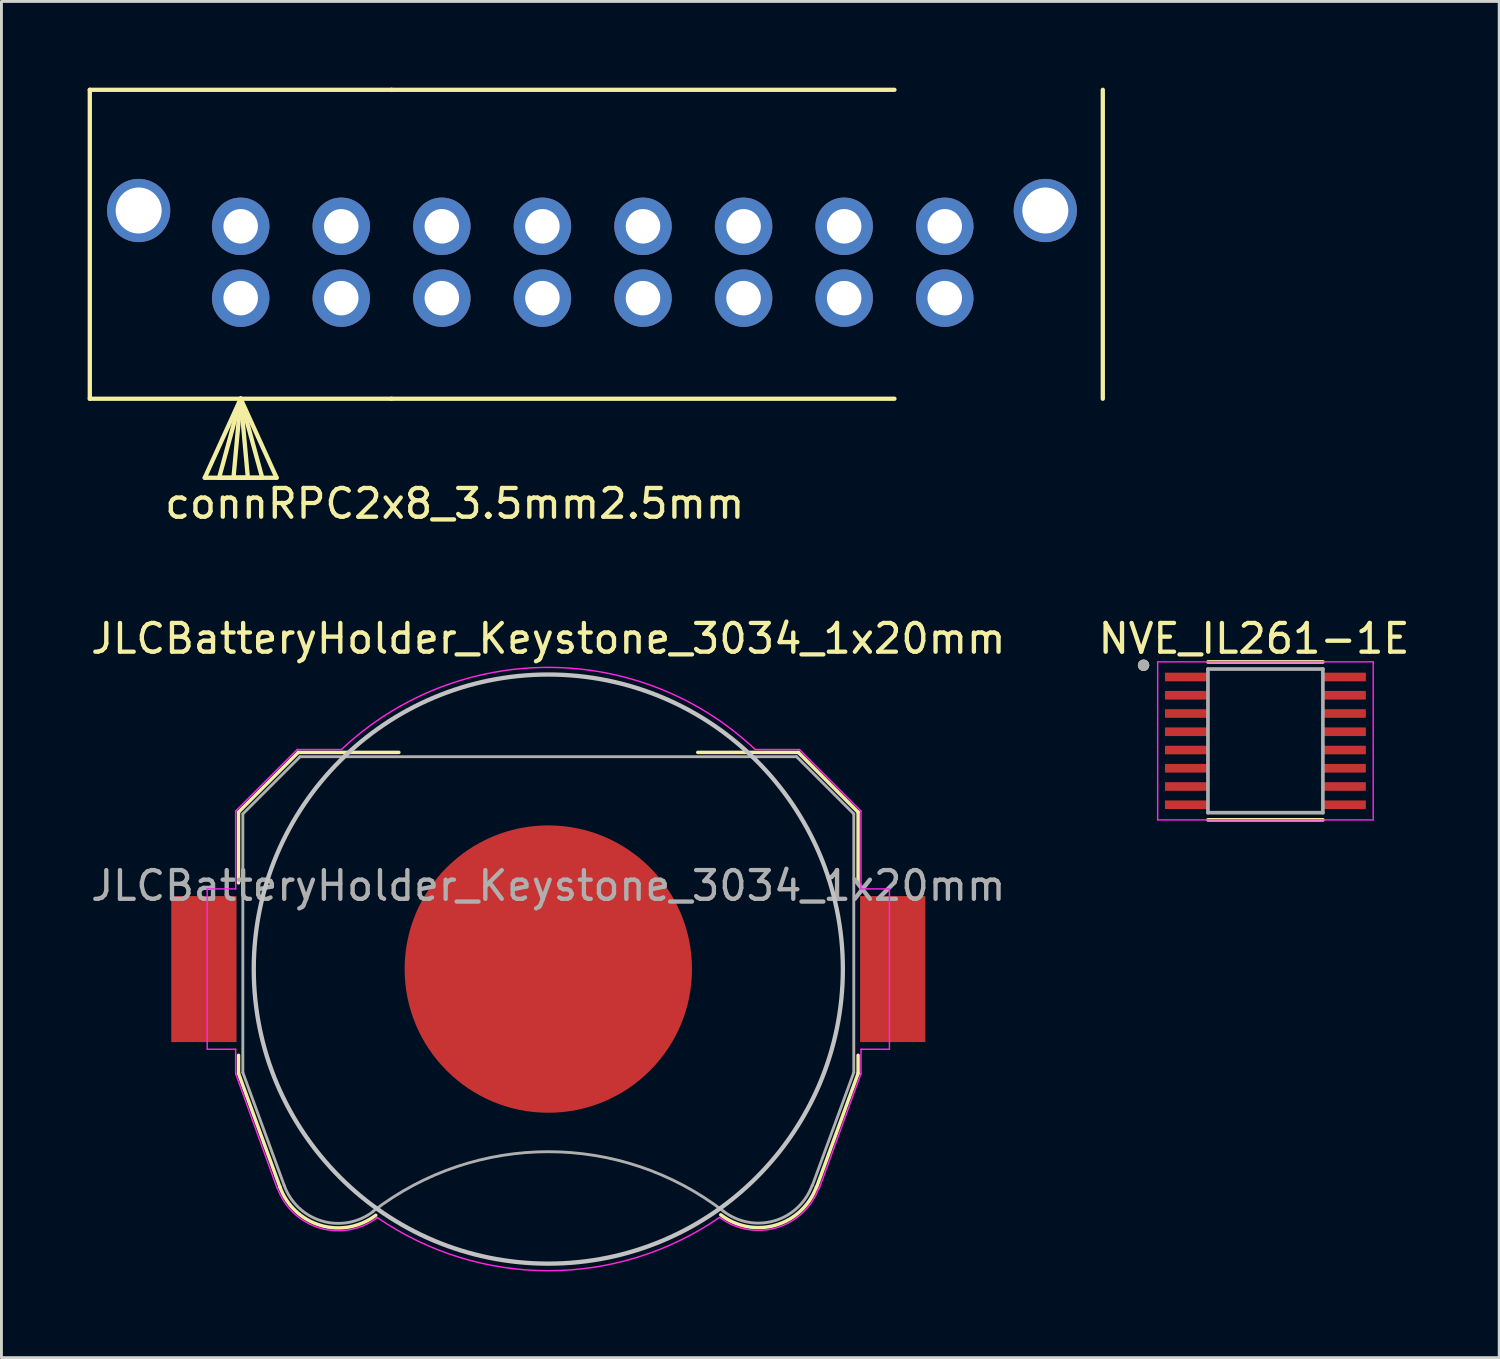
<source format=kicad_pcb>
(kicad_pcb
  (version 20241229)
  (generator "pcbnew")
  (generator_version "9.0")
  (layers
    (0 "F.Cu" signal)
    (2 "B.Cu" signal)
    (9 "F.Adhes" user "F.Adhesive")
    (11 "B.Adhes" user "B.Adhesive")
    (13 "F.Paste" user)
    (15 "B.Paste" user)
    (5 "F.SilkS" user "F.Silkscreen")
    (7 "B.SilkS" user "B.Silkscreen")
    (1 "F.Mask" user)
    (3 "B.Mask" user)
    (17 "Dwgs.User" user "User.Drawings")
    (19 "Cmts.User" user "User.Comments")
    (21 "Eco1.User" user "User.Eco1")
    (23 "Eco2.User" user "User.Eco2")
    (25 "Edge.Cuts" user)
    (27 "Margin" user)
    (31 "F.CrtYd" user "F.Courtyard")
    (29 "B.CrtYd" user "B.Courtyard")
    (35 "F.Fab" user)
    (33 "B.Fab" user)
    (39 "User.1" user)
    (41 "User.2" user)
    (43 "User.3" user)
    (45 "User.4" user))
  (footprint "NVE_IL261-1E"
    (layer "F.Cu")
    (at 40.984 22.731)
    (property "Reference" "NVE_IL261-1E" (at -0.395 -3.559 0) (layer "F.SilkS") (effects (font (size 1 1) (thickness 0.15))))
    (attr through_hole)
    (fp_line (start -2 -2.748) (end 2 -2.748) (stroke (width 0.127) (type solid)) (layer "F.SilkS"))
    (fp_line (start -2 2.748) (end 2 2.748) (stroke (width 0.127) (type solid)) (layer "F.SilkS"))
    (fp_circle (center -4.24 -2.632) (end -4.14 -2.632) (stroke (width 0.2) (type solid)) (fill no) (layer "F.SilkS"))
    (fp_line (start -3.75 -2.75) (end -3.75 2.75) (stroke (width 0.05) (type solid)) (layer "F.CrtYd"))
    (fp_line (start -3.75 -2.75) (end 3.75 -2.75) (stroke (width 0.05) (type solid)) (layer "F.CrtYd"))
    (fp_line (start -3.75 2.75) (end 3.75 2.75) (stroke (width 0.05) (type solid)) (layer "F.CrtYd"))
    (fp_line (start 3.75 -2.75) (end 3.75 2.75) (stroke (width 0.05) (type solid)) (layer "F.CrtYd"))
    (fp_line (start -2 -2.5) (end -2 2.5) (stroke (width 0.127) (type solid)) (layer "F.Fab"))
    (fp_line (start -2 -2.5) (end 2 -2.5) (stroke (width 0.127) (type solid)) (layer "F.Fab"))
    (fp_line (start -2 2.5) (end 2 2.5) (stroke (width 0.127) (type solid)) (layer "F.Fab"))
    (fp_line (start 2 -2.5) (end 2 2.5) (stroke (width 0.127) (type solid)) (layer "F.Fab"))
    (fp_circle (center -4.24 -2.632) (end -4.14 -2.632) (stroke (width 0.2) (type solid)) (fill no) (layer "F.Fab"))
    (pad "1" smd roundrect (at -2.76 -2.223) (size 1.47 0.3) (layers "F.Cu" "F.Mask" "F.Paste") (roundrect_rratio 0.04))
    (pad "2" smd roundrect (at -2.76 -1.587) (size 1.47 0.3) (layers "F.Cu" "F.Mask" "F.Paste") (roundrect_rratio 0.04))
    (pad "3" smd roundrect (at -2.76 -0.953) (size 1.47 0.3) (layers "F.Cu" "F.Mask" "F.Paste") (roundrect_rratio 0.04))
    (pad "4" smd roundrect (at -2.76 -0.318) (size 1.47 0.3) (layers "F.Cu" "F.Mask" "F.Paste") (roundrect_rratio 0.04))
    (pad "5" smd roundrect (at -2.76 0.318) (size 1.47 0.3) (layers "F.Cu" "F.Mask" "F.Paste") (roundrect_rratio 0.04))
    (pad "6" smd roundrect (at -2.76 0.953) (size 1.47 0.3) (layers "F.Cu" "F.Mask" "F.Paste") (roundrect_rratio 0.04))
    (pad "7" smd roundrect (at -2.76 1.587) (size 1.47 0.3) (layers "F.Cu" "F.Mask" "F.Paste") (roundrect_rratio 0.04))
    (pad "8" smd roundrect (at -2.76 2.223) (size 1.47 0.3) (layers "F.Cu" "F.Mask" "F.Paste") (roundrect_rratio 0.04))
    (pad "9" smd roundrect (at 2.76 2.223) (size 1.47 0.3) (layers "F.Cu" "F.Mask" "F.Paste") (roundrect_rratio 0.04))
    (pad "10" smd roundrect (at 2.76 1.587) (size 1.47 0.3) (layers "F.Cu" "F.Mask" "F.Paste") (roundrect_rratio 0.04))
    (pad "11" smd roundrect (at 2.76 0.953) (size 1.47 0.3) (layers "F.Cu" "F.Mask" "F.Paste") (roundrect_rratio 0.04))
    (pad "12" smd roundrect (at 2.76 0.318) (size 1.47 0.3) (layers "F.Cu" "F.Mask" "F.Paste") (roundrect_rratio 0.04))
    (pad "13" smd roundrect (at 2.76 -0.318) (size 1.47 0.3) (layers "F.Cu" "F.Mask" "F.Paste") (roundrect_rratio 0.04))
    (pad "14" smd roundrect (at 2.76 -0.953) (size 1.47 0.3) (layers "F.Cu" "F.Mask" "F.Paste") (roundrect_rratio 0.04))
    (pad "15" smd roundrect (at 2.76 -1.587) (size 1.47 0.3) (layers "F.Cu" "F.Mask" "F.Paste") (roundrect_rratio 0.04))
    (pad "16" smd roundrect (at 2.76 -2.223) (size 1.47 0.3) (layers "F.Cu" "F.Mask" "F.Paste") (roundrect_rratio 0.04)))
  (footprint "connRPC2x8_3.5mm2.5mm"
    (layer "F.Cu")
    (at 17.575 6.075)
    (property "Reference" "connRPC2x8_3.5mm2.5mm" (at -4.8 8.4 0) (layer "F.SilkS") (effects (font (size 1 1) (thickness 0.15))))
    (attr through_hole)
    (fp_line (start -17.5 -6) (end -7 -6) (stroke (width 0.15) (type solid)) (layer "F.SilkS"))
    (fp_line (start -17.5 4.75) (end -17.5 -6) (stroke (width 0.15) (type solid)) (layer "F.SilkS"))
    (fp_line (start -17.5 4.75) (end -7 4.75) (stroke (width 0.15) (type solid)) (layer "F.SilkS"))
    (fp_line (start -13.5 7.5) (end -11 7.5) (stroke (width 0.15) (type solid)) (layer "F.SilkS"))
    (fp_line (start -13 7.5) (end -12.25 4.75) (stroke (width 0.15) (type solid)) (layer "F.SilkS"))
    (fp_line (start -12.5 7.5) (end -12.25 4.75) (stroke (width 0.15) (type solid)) (layer "F.SilkS"))
    (fp_line (start -12.25 4.75) (end -13.5 7.5) (stroke (width 0.15) (type solid)) (layer "F.SilkS"))
    (fp_line (start -12.25 4.75) (end -12 7.5) (stroke (width 0.15) (type solid)) (layer "F.SilkS"))
    (fp_line (start -12.25 4.75) (end -11.5 7.5) (stroke (width 0.15) (type solid)) (layer "F.SilkS"))
    (fp_line (start -12 7.5) (end -12.5 7.5) (stroke (width 0.15) (type solid)) (layer "F.SilkS"))
    (fp_line (start -11.5 7.5) (end -13 7.5) (stroke (width 0.15) (type solid)) (layer "F.SilkS"))
    (fp_line (start -11 7.5) (end -12.25 4.75) (stroke (width 0.15) (type solid)) (layer "F.SilkS"))
    (fp_line (start -7 -6) (end 10.5 -6) (stroke (width 0.15) (type solid)) (layer "F.SilkS"))
    (fp_line (start -7 4.75) (end 10.5 4.75) (stroke (width 0.15) (type solid)) (layer "F.SilkS"))
    (fp_line (start 17.75 4.75) (end 17.75 -6) (stroke (width 0.15) (type solid)) (layer "F.SilkS"))
    (pad "" thru_hole circle (at -15.8 -1.8) (size 2.2 2.2) (drill 1.6) (layers "*.Cu" "*.Mask"))
    (pad "" thru_hole circle (at 15.75 -1.8) (size 2.2 2.2) (drill 1.6) (layers "*.Cu" "*.Mask"))
    (pad "1" thru_hole circle (at -12.25 1.25) (size 2 2) (drill 1.2) (layers "*.Cu" "*.Mask"))
    (pad "2" thru_hole circle (at -8.75 1.25) (size 2 2) (drill 1.2) (layers "*.Cu" "*.Mask"))
    (pad "3" thru_hole circle (at -5.25 1.25) (size 2 2) (drill 1.2) (layers "*.Cu" "*.Mask"))
    (pad "4" thru_hole circle (at -1.75 1.25) (size 2 2) (drill 1.2) (layers "*.Cu" "*.Mask"))
    (pad "5" thru_hole circle (at 1.75 1.25) (size 2 2) (drill 1.2) (layers "*.Cu" "*.Mask"))
    (pad "6" thru_hole circle (at 5.25 1.25) (size 2 2) (drill 1.2) (layers "*.Cu" "*.Mask"))
    (pad "7" thru_hole circle (at 8.75 1.25) (size 2 2) (drill 1.2) (layers "*.Cu" "*.Mask"))
    (pad "8" thru_hole circle (at 12.25 1.25) (size 2 2) (drill 1.2) (layers "*.Cu" "*.Mask"))
    (pad "9" thru_hole circle (at -12.25 -1.25) (size 2 2) (drill 1.2) (layers "*.Cu" "*.Mask"))
    (pad "10" thru_hole circle (at -8.75 -1.25) (size 2 2) (drill 1.2) (layers "*.Cu" "*.Mask"))
    (pad "11" thru_hole circle (at -5.25 -1.25) (size 2 2) (drill 1.2) (layers "*.Cu" "*.Mask"))
    (pad "12" thru_hole circle (at -1.75 -1.25) (size 2 2) (drill 1.2) (layers "*.Cu" "*.Mask"))
    (pad "13" thru_hole circle (at 1.75 -1.25) (size 2 2) (drill 1.2) (layers "*.Cu" "*.Mask"))
    (pad "14" thru_hole circle (at 5.25 -1.25) (size 2 2) (drill 1.2) (layers "*.Cu" "*.Mask"))
    (pad "15" thru_hole circle (at 8.75 -1.25) (size 2 2) (drill 1.2) (layers "*.Cu" "*.Mask"))
    (pad "16" thru_hole circle (at 12.25 -1.25) (size 2 2) (drill 1.2) (layers "*.Cu" "*.Mask")))
  (footprint "JLCBatteryHolder_Keystone_3034_1x20mm"
    (layer "F.Cu")
    (at 16.03 30.672)
    (property "Reference" "JLCBatteryHolder_Keystone_3034_1x20mm" (at 0 -11.5 0) (layer "F.SilkS") (effects (font (size 1 1) (thickness 0.15))))
    (attr smd)
    (fp_line (start -10.78 -5.46) (end -10.78 -3) (stroke (width 0.12) (type solid)) (layer "F.SilkS"))
    (fp_line (start -10.78 3) (end -10.78 3.63) (stroke (width 0.12) (type solid)) (layer "F.SilkS"))
    (fp_line (start -10.78 3.63) (end -9.34 7.58) (stroke (width 0.12) (type solid)) (layer "F.SilkS"))
    (fp_line (start -8.7 -7.54) (end -10.78 -5.46) (stroke (width 0.12) (type solid)) (layer "F.SilkS"))
    (fp_line (start -5.2 -7.54) (end -8.7 -7.54) (stroke (width 0.12) (type solid)) (layer "F.SilkS"))
    (fp_line (start 8.7 -7.54) (end 5.2 -7.54) (stroke (width 0.12) (type solid)) (layer "F.SilkS"))
    (fp_line (start 8.7 -7.54) (end 10.78 -5.46) (stroke (width 0.12) (type solid)) (layer "F.SilkS"))
    (fp_line (start 10.78 -5.46) (end 10.78 -3) (stroke (width 0.12) (type solid)) (layer "F.SilkS"))
    (fp_line (start 10.78 3) (end 10.78 3.63) (stroke (width 0.12) (type solid)) (layer "F.SilkS"))
    (fp_line (start 10.78 3.63) (end 9.34 7.58) (stroke (width 0.12) (type solid)) (layer "F.SilkS"))
    (fp_arc (start -6.003354 8.56653) (mid -7.921654 8.918738) (end -9.34 7.58) (stroke (width 0.12) (type solid)) (layer "F.SilkS"))
    (fp_arc (start 9.325243 7.588169) (mid 7.90634 8.911668) (end 6 8.55) (stroke (width 0.12) (type solid)) (layer "F.SilkS"))
    (fp_circle (center 0 0) (end 0 10.25) (stroke (width 0.15) (type solid)) (fill no) (layer "Dwgs.User"))
    (fp_line (start -11.87 -2.79) (end -11.87 2.79) (stroke (width 0.05) (type solid)) (layer "F.CrtYd"))
    (fp_line (start -11.87 2.79) (end -10.88 2.79) (stroke (width 0.05) (type solid)) (layer "F.CrtYd"))
    (fp_line (start -10.88 -5.5) (end -10.88 -2.79) (stroke (width 0.05) (type solid)) (layer "F.CrtYd"))
    (fp_line (start -10.88 -2.79) (end -11.87 -2.79) (stroke (width 0.05) (type solid)) (layer "F.CrtYd"))
    (fp_line (start -10.88 2.79) (end -10.88 3.64) (stroke (width 0.05) (type solid)) (layer "F.CrtYd"))
    (fp_line (start -10.88 3.64) (end -9.44 7.62) (stroke (width 0.05) (type solid)) (layer "F.CrtYd"))
    (fp_line (start -8.74 -7.64) (end -10.88 -5.5) (stroke (width 0.05) (type solid)) (layer "F.CrtYd"))
    (fp_line (start -7.2 -7.64) (end -8.74 -7.64) (stroke (width 0.05) (type solid)) (layer "F.CrtYd"))
    (fp_line (start 8.74 -7.64) (end 7.2 -7.64) (stroke (width 0.05) (type solid)) (layer "F.CrtYd"))
    (fp_line (start 9.43 7.63) (end 10.88 3.64) (stroke (width 0.05) (type solid)) (layer "F.CrtYd"))
    (fp_line (start 10.88 -5.5) (end 8.74 -7.64) (stroke (width 0.05) (type solid)) (layer "F.CrtYd"))
    (fp_line (start 10.88 -2.79) (end 10.88 -5.5) (stroke (width 0.05) (type solid)) (layer "F.CrtYd"))
    (fp_line (start 10.88 2.79) (end 11.87 2.79) (stroke (width 0.05) (type solid)) (layer "F.CrtYd"))
    (fp_line (start 10.88 3.64) (end 10.88 2.79) (stroke (width 0.05) (type solid)) (layer "F.CrtYd"))
    (fp_line (start 11.87 -2.79) (end 10.88 -2.79) (stroke (width 0.05) (type solid)) (layer "F.CrtYd"))
    (fp_line (start 11.87 2.79) (end 11.87 -2.79) (stroke (width 0.05) (type solid)) (layer "F.CrtYd"))
    (fp_arc (start -7.199546 -7.640427) (mid 0.000312 -10.498075) (end 7.2 -7.64) (stroke (width 0.05) (type solid)) (layer "F.CrtYd"))
    (fp_arc (start -5.956965 8.654604) (mid -7.953941 9.011629) (end -9.43 7.62) (stroke (width 0.05) (type solid)) (layer "F.CrtYd"))
    (fp_arc (start 5.945368 8.650075) (mid -0.008883 10.496243) (end -5.96 8.64) (stroke (width 0.05) (type solid)) (layer "F.CrtYd"))
    (fp_arc (start 9.415144 7.621341) (mid 7.944017 9.000493) (end 5.96 8.64) (stroke (width 0.05) (type solid)) (layer "F.CrtYd"))
    (fp_line (start -10.63 -5.4) (end -8.64 -7.39) (stroke (width 0.1) (type solid)) (layer "F.Fab"))
    (fp_line (start -10.63 3.6) (end -10.63 -5.4) (stroke (width 0.1) (type solid)) (layer "F.Fab"))
    (fp_line (start -9.19 7.53) (end -10.63 3.6) (stroke (width 0.1) (type solid)) (layer "F.Fab"))
    (fp_line (start -8.64 -7.39) (end 8.64 -7.39) (stroke (width 0.1) (type solid)) (layer "F.Fab"))
    (fp_line (start 8.64 -7.39) (end 10.63 -5.4) (stroke (width 0.1) (type solid)) (layer "F.Fab"))
    (fp_line (start 10.63 -5.4) (end 10.63 3.6) (stroke (width 0.1) (type solid)) (layer "F.Fab"))
    (fp_line (start 10.63 3.6) (end 9.19 7.53) (stroke (width 0.1) (type solid)) (layer "F.Fab"))
    (fp_arc (start -6.096146 8.438508) (mid -7.87328 8.768206) (end -9.19 7.53) (stroke (width 0.1) (type solid)) (layer "F.Fab"))
    (fp_arc (start -6.094852 8.426043) (mid 0.003247 6.355257) (end 6.1 8.43) (stroke (width 0.1) (type solid)) (layer "F.Fab"))
    (fp_arc (start 9.180727 7.528882) (mid 7.868698 8.760067) (end 6.1 8.43) (stroke (width 0.1) (type solid)) (layer "F.Fab"))
    (fp_text user "${REFERENCE}" (at 0 -2.9 0) (layer "F.Fab") (effects (font (size 1 1) (thickness 0.15))))
    (pad "1" smd rect (at -11.985 0) (size 2.27 5.08) (layers "F.Cu" "F.Mask" "F.Paste"))
    (pad "1" smd rect (at 11.985 0) (size 2.27 5.08) (layers "F.Cu" "F.Mask" "F.Paste"))
    (pad "2" smd circle (at 0 0) (size 10 10) (layers "F.Cu" "F.Mask")))
  (gr_rect
    (start -3 -3)
    (end 49.119 44.193)
    (stroke (width 0.1) (type default))
    (fill no)
    (layer "Edge.Cuts")))
</source>
